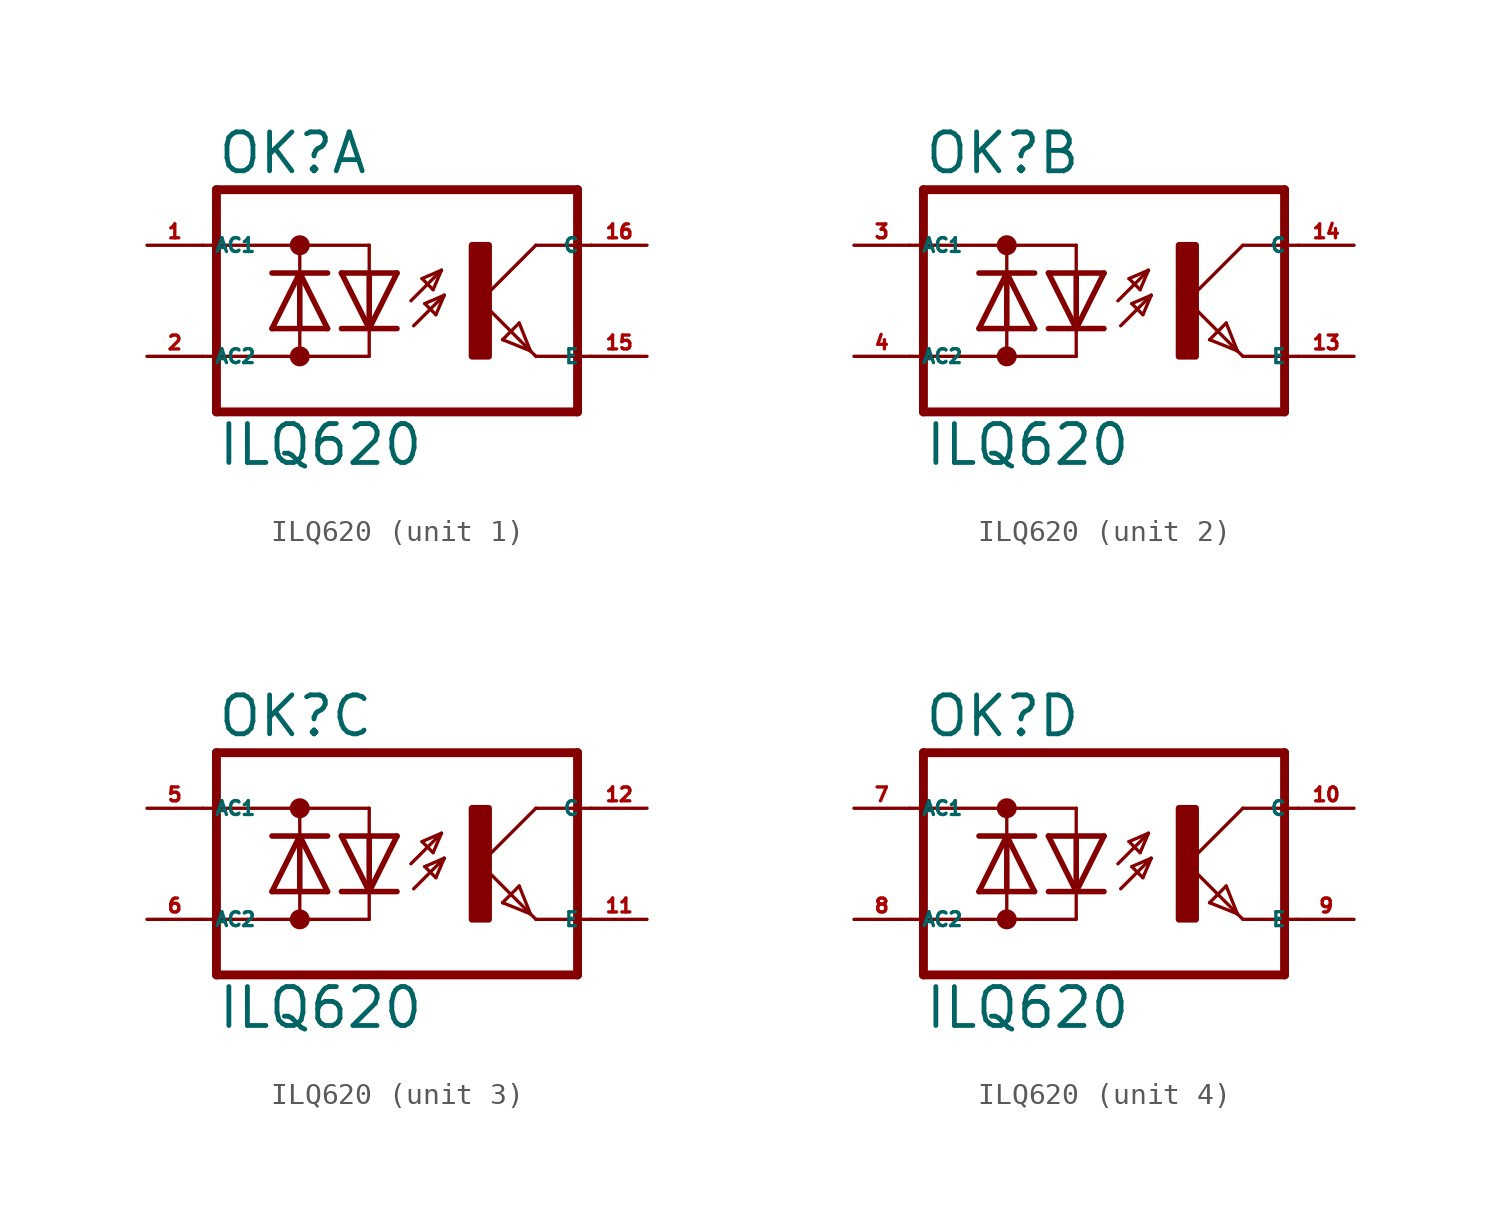
<source format=kicad_sym>
(kicad_symbol_lib
  (version 20220914)
  (generator kicad_symbol_editor)
  (symbol "ILQ620"
    (property "Reference" "OK"
      (at -6.985 5.715 0)
      (effects (font (size 1.778 1.778) (thickness 0.22)) (justify left bottom)))
    (property "Value" "ILQ620"
      (at -6.985 -7.62 0)
      (effects (font (size 1.778 1.778) (thickness 0.22)) (justify left bottom)))
    (symbol "ILQ620_1_0"
      (circle (center -3.175 -2.54) (radius 0.254) (stroke (width 0.406) (type default)) (fill (type none)))
      (circle (center -3.175 2.54) (radius 0.254) (stroke (width 0.406) (type default)) (fill (type none)))
      (polyline (pts (xy -6.985 -5.08) (xy 9.525 -5.08)) (stroke (width 0.406) (type default)) (fill (type none)))
      (polyline (pts (xy -6.985 5.08) (xy -6.985 -5.08)) (stroke (width 0.406) (type default)) (fill (type none)))
      (polyline (pts (xy -6.985 5.08) (xy 9.525 5.08)) (stroke (width 0.406) (type default)) (fill (type none)))
      (polyline (pts (xy -4.445 -1.27) (xy -3.175 -1.27)) (stroke (width 0.254) (type default)) (fill (type none)))
      (polyline (pts (xy -4.445 -1.27) (xy -3.175 1.27)) (stroke (width 0.254) (type default)) (fill (type none)))
      (polyline (pts (xy -4.445 1.27) (xy -3.175 1.27)) (stroke (width 0.254) (type default)) (fill (type none)))
      (polyline (pts (xy -3.175 -2.54) (xy -7.62 -2.54)) (stroke (width 0.152) (type default)) (fill (type none)))
      (polyline (pts (xy -3.175 -2.54) (xy -3.175 -1.27)) (stroke (width 0.152) (type default)) (fill (type none)))
      (polyline (pts (xy -3.175 -2.54) (xy 0 -2.54)) (stroke (width 0.152) (type default)) (fill (type none)))
      (polyline (pts (xy -3.175 -1.27) (xy -3.175 1.27)) (stroke (width 0.254) (type default)) (fill (type none)))
      (polyline (pts (xy -3.175 -1.27) (xy -1.905 -1.27)) (stroke (width 0.254) (type default)) (fill (type none)))
      (polyline (pts (xy -3.175 1.27) (xy -1.905 -1.27)) (stroke (width 0.254) (type default)) (fill (type none)))
      (polyline (pts (xy -3.175 1.27) (xy -1.905 1.27)) (stroke (width 0.254) (type default)) (fill (type none)))
      (polyline (pts (xy -3.175 2.54) (xy -7.62 2.54)) (stroke (width 0.152) (type default)) (fill (type none)))
      (polyline (pts (xy -3.175 2.54) (xy -3.175 1.27)) (stroke (width 0.152) (type default)) (fill (type none)))
      (polyline (pts (xy -3.175 2.54) (xy 0 2.54)) (stroke (width 0.152) (type default)) (fill (type none)))
      (polyline (pts (xy 0 -2.54) (xy 0 -1.27)) (stroke (width 0.152) (type default)) (fill (type none)))
      (polyline (pts (xy 0 -1.27) (xy -1.27 -1.27)) (stroke (width 0.254) (type default)) (fill (type none)))
      (polyline (pts (xy 0 -1.27) (xy -1.27 1.27)) (stroke (width 0.254) (type default)) (fill (type none)))
      (polyline (pts (xy 0 1.27) (xy -1.27 1.27)) (stroke (width 0.254) (type default)) (fill (type none)))
      (polyline (pts (xy 0 1.27) (xy 0 -1.27)) (stroke (width 0.254) (type default)) (fill (type none)))
      (polyline (pts (xy 0 2.54) (xy 0 1.27)) (stroke (width 0.152) (type default)) (fill (type none)))
      (polyline (pts (xy 1.27 -1.27) (xy 0 -1.27)) (stroke (width 0.254) (type default)) (fill (type none)))
      (polyline (pts (xy 1.27 1.27) (xy 0 -1.27)) (stroke (width 0.254) (type default)) (fill (type none)))
      (polyline (pts (xy 1.27 1.27) (xy 0 1.27)) (stroke (width 0.254) (type default)) (fill (type none)))
      (polyline (pts (xy 1.905 0) (xy 3.302 1.397)) (stroke (width 0.152) (type default)) (fill (type none)))
      (polyline (pts (xy 2.032 -1.143) (xy 3.429 0.254)) (stroke (width 0.152) (type default)) (fill (type none)))
      (polyline (pts (xy 2.413 1.016) (xy 2.921 0.508)) (stroke (width 0.152) (type default)) (fill (type none)))
      (polyline (pts (xy 2.54 -0.127) (xy 3.048 -0.635)) (stroke (width 0.152) (type default)) (fill (type none)))
      (polyline (pts (xy 2.921 0.508) (xy 3.302 1.397)) (stroke (width 0.152) (type default)) (fill (type none)))
      (polyline (pts (xy 3.048 -0.635) (xy 3.429 0.254)) (stroke (width 0.152) (type default)) (fill (type none)))
      (polyline (pts (xy 3.302 1.397) (xy 2.413 1.016)) (stroke (width 0.152) (type default)) (fill (type none)))
      (polyline (pts (xy 3.429 0.254) (xy 2.54 -0.127)) (stroke (width 0.152) (type default)) (fill (type none)))
      (polyline (pts (xy 5.08 0) (xy 7.366 -2.286)) (stroke (width 0.152) (type default)) (fill (type none)))
      (polyline (pts (xy 6.096 -1.778) (xy 6.858 -1.016)) (stroke (width 0.152) (type default)) (fill (type none)))
      (polyline (pts (xy 6.858 -1.016) (xy 7.366 -2.286)) (stroke (width 0.152) (type default)) (fill (type none)))
      (polyline (pts (xy 7.366 -2.286) (xy 6.096 -1.778)) (stroke (width 0.152) (type default)) (fill (type none)))
      (polyline (pts (xy 7.366 -2.286) (xy 7.62 -2.54)) (stroke (width 0.152) (type default)) (fill (type none)))
      (polyline (pts (xy 7.62 -2.54) (xy 10.16 -2.54)) (stroke (width 0.152) (type default)) (fill (type none)))
      (polyline (pts (xy 7.62 2.54) (xy 5.08 0)) (stroke (width 0.152) (type default)) (fill (type none)))
      (polyline (pts (xy 7.62 2.54) (xy 10.16 2.54)) (stroke (width 0.152) (type default)) (fill (type none)))
      (polyline (pts (xy 9.525 5.08) (xy 9.525 -5.08)) (stroke (width 0.406) (type default)) (fill (type none)))
      (rectangle (start 4.699 -2.54) (end 5.461 2.54) (stroke (width 0.3) (type default)) (fill (type outline)))
      (pin passive line (at -10.16 2.54 0) (length 2.54) (name "AC1" (effects (font (size 0.635 0.635)))) (number "1" (effects (font (size 0.635 0.635)))))
      (pin passive line (at 12.7 -2.54 180) (length 2.54) (name "E" (effects (font (size 0.635 0.635)))) (number "15" (effects (font (size 0.635 0.635)))))
      (pin passive line (at 12.7 2.54 180) (length 2.54) (name "C" (effects (font (size 0.635 0.635)))) (number "16" (effects (font (size 0.635 0.635)))))
      (pin passive line (at -10.16 -2.54 0) (length 2.54) (name "AC2" (effects (font (size 0.635 0.635)))) (number "2" (effects (font (size 0.635 0.635))))))
    (symbol "ILQ620_2_0"
      (circle (center -3.175 -2.54) (radius 0.254) (stroke (width 0.406) (type default)) (fill (type none)))
      (circle (center -3.175 2.54) (radius 0.254) (stroke (width 0.406) (type default)) (fill (type none)))
      (polyline (pts (xy -6.985 -5.08) (xy 9.525 -5.08)) (stroke (width 0.406) (type default)) (fill (type none)))
      (polyline (pts (xy -6.985 5.08) (xy -6.985 -5.08)) (stroke (width 0.406) (type default)) (fill (type none)))
      (polyline (pts (xy -6.985 5.08) (xy 9.525 5.08)) (stroke (width 0.406) (type default)) (fill (type none)))
      (polyline (pts (xy -4.445 -1.27) (xy -3.175 -1.27)) (stroke (width 0.254) (type default)) (fill (type none)))
      (polyline (pts (xy -4.445 -1.27) (xy -3.175 1.27)) (stroke (width 0.254) (type default)) (fill (type none)))
      (polyline (pts (xy -4.445 1.27) (xy -3.175 1.27)) (stroke (width 0.254) (type default)) (fill (type none)))
      (polyline (pts (xy -3.175 -2.54) (xy -7.62 -2.54)) (stroke (width 0.152) (type default)) (fill (type none)))
      (polyline (pts (xy -3.175 -2.54) (xy -3.175 -1.27)) (stroke (width 0.152) (type default)) (fill (type none)))
      (polyline (pts (xy -3.175 -2.54) (xy 0 -2.54)) (stroke (width 0.152) (type default)) (fill (type none)))
      (polyline (pts (xy -3.175 -1.27) (xy -3.175 1.27)) (stroke (width 0.254) (type default)) (fill (type none)))
      (polyline (pts (xy -3.175 -1.27) (xy -1.905 -1.27)) (stroke (width 0.254) (type default)) (fill (type none)))
      (polyline (pts (xy -3.175 1.27) (xy -1.905 -1.27)) (stroke (width 0.254) (type default)) (fill (type none)))
      (polyline (pts (xy -3.175 1.27) (xy -1.905 1.27)) (stroke (width 0.254) (type default)) (fill (type none)))
      (polyline (pts (xy -3.175 2.54) (xy -7.62 2.54)) (stroke (width 0.152) (type default)) (fill (type none)))
      (polyline (pts (xy -3.175 2.54) (xy -3.175 1.27)) (stroke (width 0.152) (type default)) (fill (type none)))
      (polyline (pts (xy -3.175 2.54) (xy 0 2.54)) (stroke (width 0.152) (type default)) (fill (type none)))
      (polyline (pts (xy 0 -2.54) (xy 0 -1.27)) (stroke (width 0.152) (type default)) (fill (type none)))
      (polyline (pts (xy 0 -1.27) (xy -1.27 -1.27)) (stroke (width 0.254) (type default)) (fill (type none)))
      (polyline (pts (xy 0 -1.27) (xy -1.27 1.27)) (stroke (width 0.254) (type default)) (fill (type none)))
      (polyline (pts (xy 0 1.27) (xy -1.27 1.27)) (stroke (width 0.254) (type default)) (fill (type none)))
      (polyline (pts (xy 0 1.27) (xy 0 -1.27)) (stroke (width 0.254) (type default)) (fill (type none)))
      (polyline (pts (xy 0 2.54) (xy 0 1.27)) (stroke (width 0.152) (type default)) (fill (type none)))
      (polyline (pts (xy 1.27 -1.27) (xy 0 -1.27)) (stroke (width 0.254) (type default)) (fill (type none)))
      (polyline (pts (xy 1.27 1.27) (xy 0 -1.27)) (stroke (width 0.254) (type default)) (fill (type none)))
      (polyline (pts (xy 1.27 1.27) (xy 0 1.27)) (stroke (width 0.254) (type default)) (fill (type none)))
      (polyline (pts (xy 1.905 0) (xy 3.302 1.397)) (stroke (width 0.152) (type default)) (fill (type none)))
      (polyline (pts (xy 2.032 -1.143) (xy 3.429 0.254)) (stroke (width 0.152) (type default)) (fill (type none)))
      (polyline (pts (xy 2.413 1.016) (xy 2.921 0.508)) (stroke (width 0.152) (type default)) (fill (type none)))
      (polyline (pts (xy 2.54 -0.127) (xy 3.048 -0.635)) (stroke (width 0.152) (type default)) (fill (type none)))
      (polyline (pts (xy 2.921 0.508) (xy 3.302 1.397)) (stroke (width 0.152) (type default)) (fill (type none)))
      (polyline (pts (xy 3.048 -0.635) (xy 3.429 0.254)) (stroke (width 0.152) (type default)) (fill (type none)))
      (polyline (pts (xy 3.302 1.397) (xy 2.413 1.016)) (stroke (width 0.152) (type default)) (fill (type none)))
      (polyline (pts (xy 3.429 0.254) (xy 2.54 -0.127)) (stroke (width 0.152) (type default)) (fill (type none)))
      (polyline (pts (xy 5.08 0) (xy 7.366 -2.286)) (stroke (width 0.152) (type default)) (fill (type none)))
      (polyline (pts (xy 6.096 -1.778) (xy 6.858 -1.016)) (stroke (width 0.152) (type default)) (fill (type none)))
      (polyline (pts (xy 6.858 -1.016) (xy 7.366 -2.286)) (stroke (width 0.152) (type default)) (fill (type none)))
      (polyline (pts (xy 7.366 -2.286) (xy 6.096 -1.778)) (stroke (width 0.152) (type default)) (fill (type none)))
      (polyline (pts (xy 7.366 -2.286) (xy 7.62 -2.54)) (stroke (width 0.152) (type default)) (fill (type none)))
      (polyline (pts (xy 7.62 -2.54) (xy 10.16 -2.54)) (stroke (width 0.152) (type default)) (fill (type none)))
      (polyline (pts (xy 7.62 2.54) (xy 5.08 0)) (stroke (width 0.152) (type default)) (fill (type none)))
      (polyline (pts (xy 7.62 2.54) (xy 10.16 2.54)) (stroke (width 0.152) (type default)) (fill (type none)))
      (polyline (pts (xy 9.525 5.08) (xy 9.525 -5.08)) (stroke (width 0.406) (type default)) (fill (type none)))
      (rectangle (start 4.699 -2.54) (end 5.461 2.54) (stroke (width 0.3) (type default)) (fill (type outline)))
      (pin passive line (at 12.7 -2.54 180) (length 2.54) (name "E" (effects (font (size 0.635 0.635)))) (number "13" (effects (font (size 0.635 0.635)))))
      (pin passive line (at 12.7 2.54 180) (length 2.54) (name "C" (effects (font (size 0.635 0.635)))) (number "14" (effects (font (size 0.635 0.635)))))
      (pin passive line (at -10.16 2.54 0) (length 2.54) (name "AC1" (effects (font (size 0.635 0.635)))) (number "3" (effects (font (size 0.635 0.635)))))
      (pin passive line (at -10.16 -2.54 0) (length 2.54) (name "AC2" (effects (font (size 0.635 0.635)))) (number "4" (effects (font (size 0.635 0.635))))))
    (symbol "ILQ620_3_0"
      (circle (center -3.175 -2.54) (radius 0.254) (stroke (width 0.406) (type default)) (fill (type none)))
      (circle (center -3.175 2.54) (radius 0.254) (stroke (width 0.406) (type default)) (fill (type none)))
      (polyline (pts (xy -6.985 -5.08) (xy 9.525 -5.08)) (stroke (width 0.406) (type default)) (fill (type none)))
      (polyline (pts (xy -6.985 5.08) (xy -6.985 -5.08)) (stroke (width 0.406) (type default)) (fill (type none)))
      (polyline (pts (xy -6.985 5.08) (xy 9.525 5.08)) (stroke (width 0.406) (type default)) (fill (type none)))
      (polyline (pts (xy -4.445 -1.27) (xy -3.175 -1.27)) (stroke (width 0.254) (type default)) (fill (type none)))
      (polyline (pts (xy -4.445 -1.27) (xy -3.175 1.27)) (stroke (width 0.254) (type default)) (fill (type none)))
      (polyline (pts (xy -4.445 1.27) (xy -3.175 1.27)) (stroke (width 0.254) (type default)) (fill (type none)))
      (polyline (pts (xy -3.175 -2.54) (xy -7.62 -2.54)) (stroke (width 0.152) (type default)) (fill (type none)))
      (polyline (pts (xy -3.175 -2.54) (xy -3.175 -1.27)) (stroke (width 0.152) (type default)) (fill (type none)))
      (polyline (pts (xy -3.175 -2.54) (xy 0 -2.54)) (stroke (width 0.152) (type default)) (fill (type none)))
      (polyline (pts (xy -3.175 -1.27) (xy -3.175 1.27)) (stroke (width 0.254) (type default)) (fill (type none)))
      (polyline (pts (xy -3.175 -1.27) (xy -1.905 -1.27)) (stroke (width 0.254) (type default)) (fill (type none)))
      (polyline (pts (xy -3.175 1.27) (xy -1.905 -1.27)) (stroke (width 0.254) (type default)) (fill (type none)))
      (polyline (pts (xy -3.175 1.27) (xy -1.905 1.27)) (stroke (width 0.254) (type default)) (fill (type none)))
      (polyline (pts (xy -3.175 2.54) (xy -7.62 2.54)) (stroke (width 0.152) (type default)) (fill (type none)))
      (polyline (pts (xy -3.175 2.54) (xy -3.175 1.27)) (stroke (width 0.152) (type default)) (fill (type none)))
      (polyline (pts (xy -3.175 2.54) (xy 0 2.54)) (stroke (width 0.152) (type default)) (fill (type none)))
      (polyline (pts (xy 0 -2.54) (xy 0 -1.27)) (stroke (width 0.152) (type default)) (fill (type none)))
      (polyline (pts (xy 0 -1.27) (xy -1.27 -1.27)) (stroke (width 0.254) (type default)) (fill (type none)))
      (polyline (pts (xy 0 -1.27) (xy -1.27 1.27)) (stroke (width 0.254) (type default)) (fill (type none)))
      (polyline (pts (xy 0 1.27) (xy -1.27 1.27)) (stroke (width 0.254) (type default)) (fill (type none)))
      (polyline (pts (xy 0 1.27) (xy 0 -1.27)) (stroke (width 0.254) (type default)) (fill (type none)))
      (polyline (pts (xy 0 2.54) (xy 0 1.27)) (stroke (width 0.152) (type default)) (fill (type none)))
      (polyline (pts (xy 1.27 -1.27) (xy 0 -1.27)) (stroke (width 0.254) (type default)) (fill (type none)))
      (polyline (pts (xy 1.27 1.27) (xy 0 -1.27)) (stroke (width 0.254) (type default)) (fill (type none)))
      (polyline (pts (xy 1.27 1.27) (xy 0 1.27)) (stroke (width 0.254) (type default)) (fill (type none)))
      (polyline (pts (xy 1.905 0) (xy 3.302 1.397)) (stroke (width 0.152) (type default)) (fill (type none)))
      (polyline (pts (xy 2.032 -1.143) (xy 3.429 0.254)) (stroke (width 0.152) (type default)) (fill (type none)))
      (polyline (pts (xy 2.413 1.016) (xy 2.921 0.508)) (stroke (width 0.152) (type default)) (fill (type none)))
      (polyline (pts (xy 2.54 -0.127) (xy 3.048 -0.635)) (stroke (width 0.152) (type default)) (fill (type none)))
      (polyline (pts (xy 2.921 0.508) (xy 3.302 1.397)) (stroke (width 0.152) (type default)) (fill (type none)))
      (polyline (pts (xy 3.048 -0.635) (xy 3.429 0.254)) (stroke (width 0.152) (type default)) (fill (type none)))
      (polyline (pts (xy 3.302 1.397) (xy 2.413 1.016)) (stroke (width 0.152) (type default)) (fill (type none)))
      (polyline (pts (xy 3.429 0.254) (xy 2.54 -0.127)) (stroke (width 0.152) (type default)) (fill (type none)))
      (polyline (pts (xy 5.08 0) (xy 7.366 -2.286)) (stroke (width 0.152) (type default)) (fill (type none)))
      (polyline (pts (xy 6.096 -1.778) (xy 6.858 -1.016)) (stroke (width 0.152) (type default)) (fill (type none)))
      (polyline (pts (xy 6.858 -1.016) (xy 7.366 -2.286)) (stroke (width 0.152) (type default)) (fill (type none)))
      (polyline (pts (xy 7.366 -2.286) (xy 6.096 -1.778)) (stroke (width 0.152) (type default)) (fill (type none)))
      (polyline (pts (xy 7.366 -2.286) (xy 7.62 -2.54)) (stroke (width 0.152) (type default)) (fill (type none)))
      (polyline (pts (xy 7.62 -2.54) (xy 10.16 -2.54)) (stroke (width 0.152) (type default)) (fill (type none)))
      (polyline (pts (xy 7.62 2.54) (xy 5.08 0)) (stroke (width 0.152) (type default)) (fill (type none)))
      (polyline (pts (xy 7.62 2.54) (xy 10.16 2.54)) (stroke (width 0.152) (type default)) (fill (type none)))
      (polyline (pts (xy 9.525 5.08) (xy 9.525 -5.08)) (stroke (width 0.406) (type default)) (fill (type none)))
      (rectangle (start 4.699 -2.54) (end 5.461 2.54) (stroke (width 0.3) (type default)) (fill (type outline)))
      (pin passive line (at 12.7 -2.54 180) (length 2.54) (name "E" (effects (font (size 0.635 0.635)))) (number "11" (effects (font (size 0.635 0.635)))))
      (pin passive line (at 12.7 2.54 180) (length 2.54) (name "C" (effects (font (size 0.635 0.635)))) (number "12" (effects (font (size 0.635 0.635)))))
      (pin passive line (at -10.16 2.54 0) (length 2.54) (name "AC1" (effects (font (size 0.635 0.635)))) (number "5" (effects (font (size 0.635 0.635)))))
      (pin passive line (at -10.16 -2.54 0) (length 2.54) (name "AC2" (effects (font (size 0.635 0.635)))) (number "6" (effects (font (size 0.635 0.635))))))
    (symbol "ILQ620_4_0"
      (circle (center -3.175 -2.54) (radius 0.254) (stroke (width 0.406) (type default)) (fill (type none)))
      (circle (center -3.175 2.54) (radius 0.254) (stroke (width 0.406) (type default)) (fill (type none)))
      (polyline (pts (xy -6.985 -5.08) (xy 9.525 -5.08)) (stroke (width 0.406) (type default)) (fill (type none)))
      (polyline (pts (xy -6.985 5.08) (xy -6.985 -5.08)) (stroke (width 0.406) (type default)) (fill (type none)))
      (polyline (pts (xy -6.985 5.08) (xy 9.525 5.08)) (stroke (width 0.406) (type default)) (fill (type none)))
      (polyline (pts (xy -4.445 -1.27) (xy -3.175 -1.27)) (stroke (width 0.254) (type default)) (fill (type none)))
      (polyline (pts (xy -4.445 -1.27) (xy -3.175 1.27)) (stroke (width 0.254) (type default)) (fill (type none)))
      (polyline (pts (xy -4.445 1.27) (xy -3.175 1.27)) (stroke (width 0.254) (type default)) (fill (type none)))
      (polyline (pts (xy -3.175 -2.54) (xy -7.62 -2.54)) (stroke (width 0.152) (type default)) (fill (type none)))
      (polyline (pts (xy -3.175 -2.54) (xy -3.175 -1.27)) (stroke (width 0.152) (type default)) (fill (type none)))
      (polyline (pts (xy -3.175 -2.54) (xy 0 -2.54)) (stroke (width 0.152) (type default)) (fill (type none)))
      (polyline (pts (xy -3.175 -1.27) (xy -3.175 1.27)) (stroke (width 0.254) (type default)) (fill (type none)))
      (polyline (pts (xy -3.175 -1.27) (xy -1.905 -1.27)) (stroke (width 0.254) (type default)) (fill (type none)))
      (polyline (pts (xy -3.175 1.27) (xy -1.905 -1.27)) (stroke (width 0.254) (type default)) (fill (type none)))
      (polyline (pts (xy -3.175 1.27) (xy -1.905 1.27)) (stroke (width 0.254) (type default)) (fill (type none)))
      (polyline (pts (xy -3.175 2.54) (xy -7.62 2.54)) (stroke (width 0.152) (type default)) (fill (type none)))
      (polyline (pts (xy -3.175 2.54) (xy -3.175 1.27)) (stroke (width 0.152) (type default)) (fill (type none)))
      (polyline (pts (xy -3.175 2.54) (xy 0 2.54)) (stroke (width 0.152) (type default)) (fill (type none)))
      (polyline (pts (xy 0 -2.54) (xy 0 -1.27)) (stroke (width 0.152) (type default)) (fill (type none)))
      (polyline (pts (xy 0 -1.27) (xy -1.27 -1.27)) (stroke (width 0.254) (type default)) (fill (type none)))
      (polyline (pts (xy 0 -1.27) (xy -1.27 1.27)) (stroke (width 0.254) (type default)) (fill (type none)))
      (polyline (pts (xy 0 1.27) (xy -1.27 1.27)) (stroke (width 0.254) (type default)) (fill (type none)))
      (polyline (pts (xy 0 1.27) (xy 0 -1.27)) (stroke (width 0.254) (type default)) (fill (type none)))
      (polyline (pts (xy 0 2.54) (xy 0 1.27)) (stroke (width 0.152) (type default)) (fill (type none)))
      (polyline (pts (xy 1.27 -1.27) (xy 0 -1.27)) (stroke (width 0.254) (type default)) (fill (type none)))
      (polyline (pts (xy 1.27 1.27) (xy 0 -1.27)) (stroke (width 0.254) (type default)) (fill (type none)))
      (polyline (pts (xy 1.27 1.27) (xy 0 1.27)) (stroke (width 0.254) (type default)) (fill (type none)))
      (polyline (pts (xy 1.905 0) (xy 3.302 1.397)) (stroke (width 0.152) (type default)) (fill (type none)))
      (polyline (pts (xy 2.032 -1.143) (xy 3.429 0.254)) (stroke (width 0.152) (type default)) (fill (type none)))
      (polyline (pts (xy 2.413 1.016) (xy 2.921 0.508)) (stroke (width 0.152) (type default)) (fill (type none)))
      (polyline (pts (xy 2.54 -0.127) (xy 3.048 -0.635)) (stroke (width 0.152) (type default)) (fill (type none)))
      (polyline (pts (xy 2.921 0.508) (xy 3.302 1.397)) (stroke (width 0.152) (type default)) (fill (type none)))
      (polyline (pts (xy 3.048 -0.635) (xy 3.429 0.254)) (stroke (width 0.152) (type default)) (fill (type none)))
      (polyline (pts (xy 3.302 1.397) (xy 2.413 1.016)) (stroke (width 0.152) (type default)) (fill (type none)))
      (polyline (pts (xy 3.429 0.254) (xy 2.54 -0.127)) (stroke (width 0.152) (type default)) (fill (type none)))
      (polyline (pts (xy 5.08 0) (xy 7.366 -2.286)) (stroke (width 0.152) (type default)) (fill (type none)))
      (polyline (pts (xy 6.096 -1.778) (xy 6.858 -1.016)) (stroke (width 0.152) (type default)) (fill (type none)))
      (polyline (pts (xy 6.858 -1.016) (xy 7.366 -2.286)) (stroke (width 0.152) (type default)) (fill (type none)))
      (polyline (pts (xy 7.366 -2.286) (xy 6.096 -1.778)) (stroke (width 0.152) (type default)) (fill (type none)))
      (polyline (pts (xy 7.366 -2.286) (xy 7.62 -2.54)) (stroke (width 0.152) (type default)) (fill (type none)))
      (polyline (pts (xy 7.62 -2.54) (xy 10.16 -2.54)) (stroke (width 0.152) (type default)) (fill (type none)))
      (polyline (pts (xy 7.62 2.54) (xy 5.08 0)) (stroke (width 0.152) (type default)) (fill (type none)))
      (polyline (pts (xy 7.62 2.54) (xy 10.16 2.54)) (stroke (width 0.152) (type default)) (fill (type none)))
      (polyline (pts (xy 9.525 5.08) (xy 9.525 -5.08)) (stroke (width 0.406) (type default)) (fill (type none)))
      (rectangle (start 4.699 -2.54) (end 5.461 2.54) (stroke (width 0.3) (type default)) (fill (type outline)))
      (pin passive line (at 12.7 2.54 180) (length 2.54) (name "C" (effects (font (size 0.635 0.635)))) (number "10" (effects (font (size 0.635 0.635)))))
      (pin passive line (at -10.16 2.54 0) (length 2.54) (name "AC1" (effects (font (size 0.635 0.635)))) (number "7" (effects (font (size 0.635 0.635)))))
      (pin passive line (at -10.16 -2.54 0) (length 2.54) (name "AC2" (effects (font (size 0.635 0.635)))) (number "8" (effects (font (size 0.635 0.635)))))
      (pin passive line (at 12.7 -2.54 180) (length 2.54) (name "E" (effects (font (size 0.635 0.635)))) (number "9" (effects (font (size 0.635 0.635))))))))
</source>
